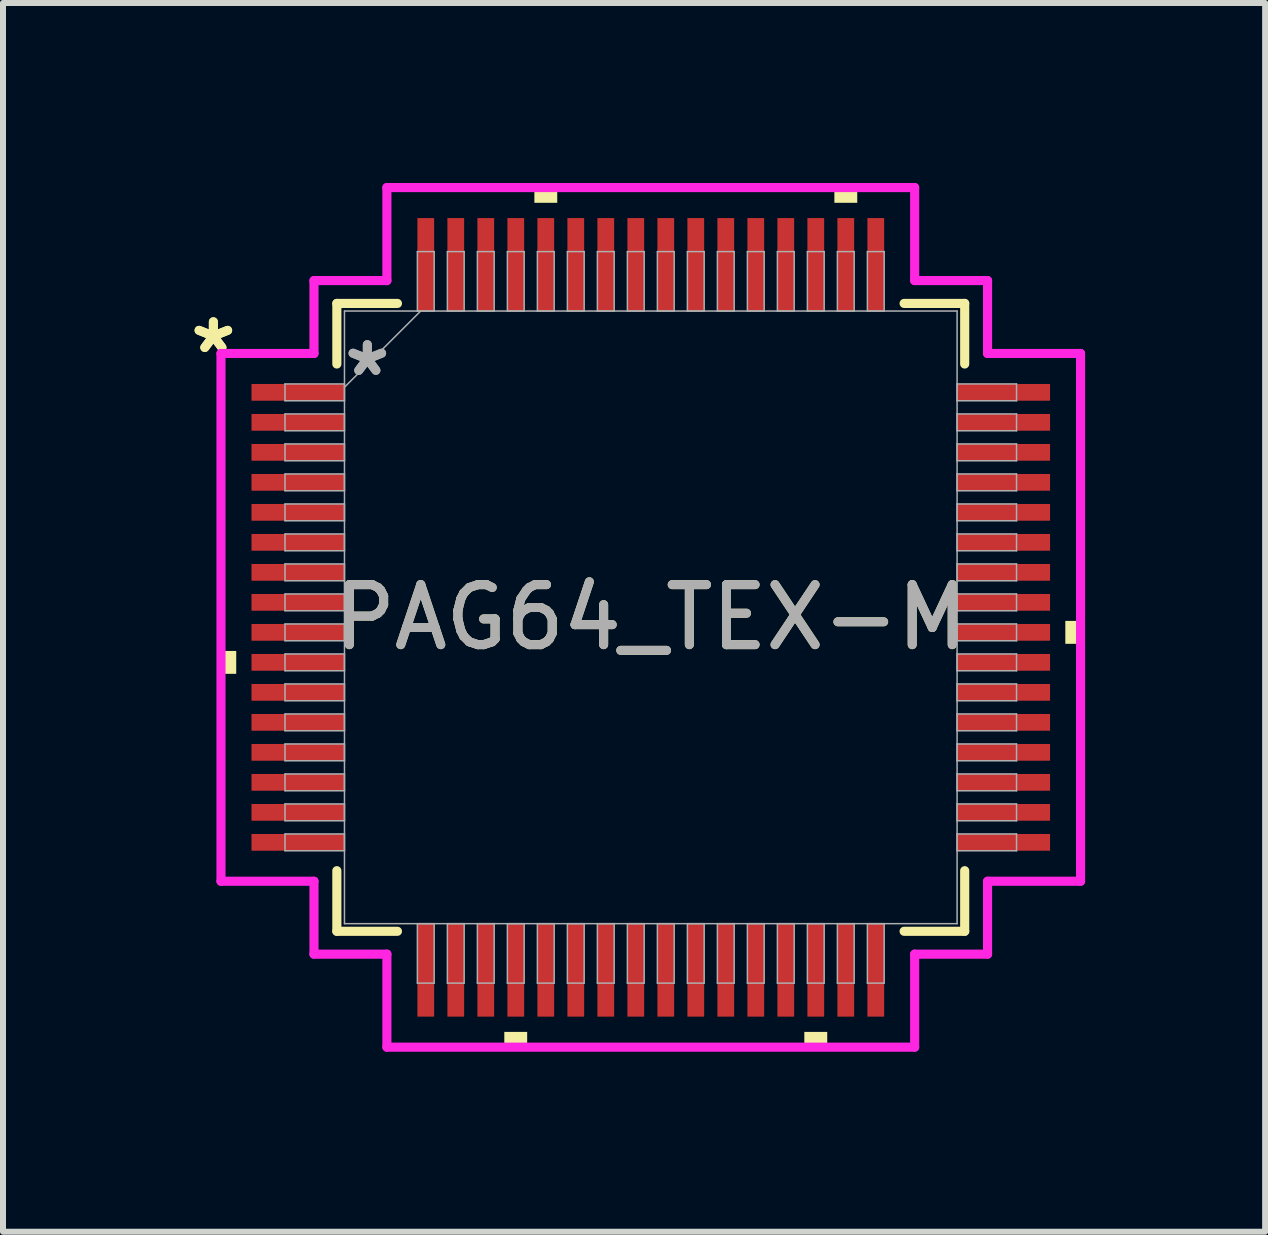
<source format=kicad_pcb>
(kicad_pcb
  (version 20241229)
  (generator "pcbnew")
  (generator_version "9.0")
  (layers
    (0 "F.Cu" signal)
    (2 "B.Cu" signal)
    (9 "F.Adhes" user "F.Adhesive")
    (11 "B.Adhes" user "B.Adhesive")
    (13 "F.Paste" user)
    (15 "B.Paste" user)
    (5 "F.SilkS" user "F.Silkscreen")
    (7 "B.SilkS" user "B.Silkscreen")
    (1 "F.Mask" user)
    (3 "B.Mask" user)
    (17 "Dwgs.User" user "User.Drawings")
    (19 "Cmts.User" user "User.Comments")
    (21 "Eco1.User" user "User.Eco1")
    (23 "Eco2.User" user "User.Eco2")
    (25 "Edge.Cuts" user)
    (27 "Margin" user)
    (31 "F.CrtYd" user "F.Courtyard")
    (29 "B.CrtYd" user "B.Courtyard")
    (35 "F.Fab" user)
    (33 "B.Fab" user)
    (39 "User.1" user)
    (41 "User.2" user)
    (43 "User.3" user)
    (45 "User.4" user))
  (footprint "PAG64_TEX-M"
    (layer "F.Cu")
    (at 7.796 7.239)
    (property "Reference" "PAG64_TEX-M" (at 0 0 0) (unlocked yes) (layer "F.SilkS") (effects (font (size 1 1) (thickness 0.15))))
    (attr smd)
    (fp_line (start -5.232 -5.232) (end -5.232 -4.222) (stroke (width 0.152) (type solid)) (layer "F.SilkS"))
    (fp_line (start -5.232 4.222) (end -5.232 5.232) (stroke (width 0.152) (type solid)) (layer "F.SilkS"))
    (fp_line (start -5.232 5.232) (end -4.222 5.232) (stroke (width 0.152) (type solid)) (layer "F.SilkS"))
    (fp_line (start -4.222 -5.232) (end -5.232 -5.232) (stroke (width 0.152) (type solid)) (layer "F.SilkS"))
    (fp_line (start 4.222 5.232) (end 5.232 5.232) (stroke (width 0.152) (type solid)) (layer "F.SilkS"))
    (fp_line (start 5.232 -5.232) (end 4.222 -5.232) (stroke (width 0.152) (type solid)) (layer "F.SilkS"))
    (fp_line (start 5.232 -4.222) (end 5.232 -5.232) (stroke (width 0.152) (type solid)) (layer "F.SilkS"))
    (fp_line (start 5.232 5.232) (end 5.232 4.222) (stroke (width 0.152) (type solid)) (layer "F.SilkS"))
    (fp_poly (pts (xy -7.163 0.56) (xy -7.163 0.941) (xy -6.909 0.941) (xy -6.909 0.56)) (stroke (width 0) (type solid)) (fill yes) (layer "F.SilkS"))
    (fp_poly (pts (xy -2.441 6.909) (xy -2.441 7.163) (xy -2.06 7.163) (xy -2.06 6.909)) (stroke (width 0) (type solid)) (fill yes) (layer "F.SilkS"))
    (fp_poly (pts (xy -1.94 -6.909) (xy -1.94 -7.163) (xy -1.559 -7.163) (xy -1.559 -6.909)) (stroke (width 0) (type solid)) (fill yes) (layer "F.SilkS"))
    (fp_poly (pts (xy 2.559 6.909) (xy 2.559 7.163) (xy 2.941 7.163) (xy 2.941 6.909)) (stroke (width 0) (type solid)) (fill yes) (layer "F.SilkS"))
    (fp_poly (pts (xy 3.06 -6.909) (xy 3.06 -7.163) (xy 3.441 -7.163) (xy 3.441 -6.909)) (stroke (width 0) (type solid)) (fill yes) (layer "F.SilkS"))
    (fp_poly (pts (xy 7.163 0.059) (xy 7.163 0.441) (xy 6.909 0.441) (xy 6.909 0.059)) (stroke (width 0) (type solid)) (fill yes) (layer "F.SilkS"))
    (fp_line (start -7.163 -4.398) (end -5.613 -4.398) (stroke (width 0.152) (type solid)) (layer "F.CrtYd"))
    (fp_line (start -7.163 4.398) (end -7.163 -4.398) (stroke (width 0.152) (type solid)) (layer "F.CrtYd"))
    (fp_line (start -5.613 -5.613) (end -4.398 -5.613) (stroke (width 0.152) (type solid)) (layer "F.CrtYd"))
    (fp_line (start -5.613 -4.398) (end -5.613 -5.613) (stroke (width 0.152) (type solid)) (layer "F.CrtYd"))
    (fp_line (start -5.613 4.398) (end -7.163 4.398) (stroke (width 0.152) (type solid)) (layer "F.CrtYd"))
    (fp_line (start -5.613 5.613) (end -5.613 4.398) (stroke (width 0.152) (type solid)) (layer "F.CrtYd"))
    (fp_line (start -5.613 5.613) (end -4.398 5.613) (stroke (width 0.152) (type solid)) (layer "F.CrtYd"))
    (fp_line (start -4.398 -7.163) (end 4.398 -7.163) (stroke (width 0.152) (type solid)) (layer "F.CrtYd"))
    (fp_line (start -4.398 -5.613) (end -4.398 -7.163) (stroke (width 0.152) (type solid)) (layer "F.CrtYd"))
    (fp_line (start -4.398 5.613) (end -4.398 7.163) (stroke (width 0.152) (type solid)) (layer "F.CrtYd"))
    (fp_line (start -4.398 7.163) (end 4.398 7.163) (stroke (width 0.152) (type solid)) (layer "F.CrtYd"))
    (fp_line (start 4.398 -7.163) (end 4.398 -5.613) (stroke (width 0.152) (type solid)) (layer "F.CrtYd"))
    (fp_line (start 4.398 -5.613) (end 5.613 -5.613) (stroke (width 0.152) (type solid)) (layer "F.CrtYd"))
    (fp_line (start 4.398 5.613) (end 5.613 5.613) (stroke (width 0.152) (type solid)) (layer "F.CrtYd"))
    (fp_line (start 4.398 7.163) (end 4.398 5.613) (stroke (width 0.152) (type solid)) (layer "F.CrtYd"))
    (fp_line (start 5.613 -4.398) (end 5.613 -5.613) (stroke (width 0.152) (type solid)) (layer "F.CrtYd"))
    (fp_line (start 5.613 4.398) (end 7.163 4.398) (stroke (width 0.152) (type solid)) (layer "F.CrtYd"))
    (fp_line (start 5.613 5.613) (end 5.613 4.398) (stroke (width 0.152) (type solid)) (layer "F.CrtYd"))
    (fp_line (start 7.163 -4.398) (end 5.613 -4.398) (stroke (width 0.152) (type solid)) (layer "F.CrtYd"))
    (fp_line (start 7.163 4.398) (end 7.163 -4.398) (stroke (width 0.152) (type solid)) (layer "F.CrtYd"))
    (fp_line (start -6.096 -3.89) (end -6.096 -3.61) (stroke (width 0.025) (type solid)) (layer "F.Fab"))
    (fp_line (start -6.096 -3.61) (end -5.105 -3.61) (stroke (width 0.025) (type solid)) (layer "F.Fab"))
    (fp_line (start -6.096 -3.39) (end -6.096 -3.11) (stroke (width 0.025) (type solid)) (layer "F.Fab"))
    (fp_line (start -6.096 -3.11) (end -5.105 -3.11) (stroke (width 0.025) (type solid)) (layer "F.Fab"))
    (fp_line (start -6.096 -2.89) (end -6.096 -2.61) (stroke (width 0.025) (type solid)) (layer "F.Fab"))
    (fp_line (start -6.096 -2.61) (end -5.105 -2.61) (stroke (width 0.025) (type solid)) (layer "F.Fab"))
    (fp_line (start -6.096 -2.39) (end -6.096 -2.11) (stroke (width 0.025) (type solid)) (layer "F.Fab"))
    (fp_line (start -6.096 -2.11) (end -5.105 -2.11) (stroke (width 0.025) (type solid)) (layer "F.Fab"))
    (fp_line (start -6.096 -1.89) (end -6.096 -1.61) (stroke (width 0.025) (type solid)) (layer "F.Fab"))
    (fp_line (start -6.096 -1.61) (end -5.105 -1.61) (stroke (width 0.025) (type solid)) (layer "F.Fab"))
    (fp_line (start -6.096 -1.39) (end -6.096 -1.11) (stroke (width 0.025) (type solid)) (layer "F.Fab"))
    (fp_line (start -6.096 -1.11) (end -5.105 -1.11) (stroke (width 0.025) (type solid)) (layer "F.Fab"))
    (fp_line (start -6.096 -0.89) (end -6.096 -0.61) (stroke (width 0.025) (type solid)) (layer "F.Fab"))
    (fp_line (start -6.096 -0.61) (end -5.105 -0.61) (stroke (width 0.025) (type solid)) (layer "F.Fab"))
    (fp_line (start -6.096 -0.39) (end -6.096 -0.11) (stroke (width 0.025) (type solid)) (layer "F.Fab"))
    (fp_line (start -6.096 -0.11) (end -5.105 -0.11) (stroke (width 0.025) (type solid)) (layer "F.Fab"))
    (fp_line (start -6.096 0.11) (end -6.096 0.39) (stroke (width 0.025) (type solid)) (layer "F.Fab"))
    (fp_line (start -6.096 0.39) (end -5.105 0.39) (stroke (width 0.025) (type solid)) (layer "F.Fab"))
    (fp_line (start -6.096 0.61) (end -6.096 0.89) (stroke (width 0.025) (type solid)) (layer "F.Fab"))
    (fp_line (start -6.096 0.89) (end -5.105 0.89) (stroke (width 0.025) (type solid)) (layer "F.Fab"))
    (fp_line (start -6.096 1.11) (end -6.096 1.39) (stroke (width 0.025) (type solid)) (layer "F.Fab"))
    (fp_line (start -6.096 1.39) (end -5.105 1.39) (stroke (width 0.025) (type solid)) (layer "F.Fab"))
    (fp_line (start -6.096 1.61) (end -6.096 1.89) (stroke (width 0.025) (type solid)) (layer "F.Fab"))
    (fp_line (start -6.096 1.89) (end -5.105 1.89) (stroke (width 0.025) (type solid)) (layer "F.Fab"))
    (fp_line (start -6.096 2.11) (end -6.096 2.39) (stroke (width 0.025) (type solid)) (layer "F.Fab"))
    (fp_line (start -6.096 2.39) (end -5.105 2.39) (stroke (width 0.025) (type solid)) (layer "F.Fab"))
    (fp_line (start -6.096 2.61) (end -6.096 2.89) (stroke (width 0.025) (type solid)) (layer "F.Fab"))
    (fp_line (start -6.096 2.89) (end -5.105 2.89) (stroke (width 0.025) (type solid)) (layer "F.Fab"))
    (fp_line (start -6.096 3.11) (end -6.096 3.39) (stroke (width 0.025) (type solid)) (layer "F.Fab"))
    (fp_line (start -6.096 3.39) (end -5.105 3.39) (stroke (width 0.025) (type solid)) (layer "F.Fab"))
    (fp_line (start -6.096 3.61) (end -6.096 3.89) (stroke (width 0.025) (type solid)) (layer "F.Fab"))
    (fp_line (start -6.096 3.89) (end -5.105 3.89) (stroke (width 0.025) (type solid)) (layer "F.Fab"))
    (fp_line (start -5.105 -5.105) (end -5.105 5.105) (stroke (width 0.025) (type solid)) (layer "F.Fab"))
    (fp_line (start -5.105 -3.89) (end -6.096 -3.89) (stroke (width 0.025) (type solid)) (layer "F.Fab"))
    (fp_line (start -5.105 -3.835) (end -3.835 -5.105) (stroke (width 0.025) (type solid)) (layer "F.Fab"))
    (fp_line (start -5.105 -3.61) (end -5.105 -3.89) (stroke (width 0.025) (type solid)) (layer "F.Fab"))
    (fp_line (start -5.105 -3.39) (end -6.096 -3.39) (stroke (width 0.025) (type solid)) (layer "F.Fab"))
    (fp_line (start -5.105 -3.11) (end -5.105 -3.39) (stroke (width 0.025) (type solid)) (layer "F.Fab"))
    (fp_line (start -5.105 -2.89) (end -6.096 -2.89) (stroke (width 0.025) (type solid)) (layer "F.Fab"))
    (fp_line (start -5.105 -2.61) (end -5.105 -2.89) (stroke (width 0.025) (type solid)) (layer "F.Fab"))
    (fp_line (start -5.105 -2.39) (end -6.096 -2.39) (stroke (width 0.025) (type solid)) (layer "F.Fab"))
    (fp_line (start -5.105 -2.11) (end -5.105 -2.39) (stroke (width 0.025) (type solid)) (layer "F.Fab"))
    (fp_line (start -5.105 -1.89) (end -6.096 -1.89) (stroke (width 0.025) (type solid)) (layer "F.Fab"))
    (fp_line (start -5.105 -1.61) (end -5.105 -1.89) (stroke (width 0.025) (type solid)) (layer "F.Fab"))
    (fp_line (start -5.105 -1.39) (end -6.096 -1.39) (stroke (width 0.025) (type solid)) (layer "F.Fab"))
    (fp_line (start -5.105 -1.11) (end -5.105 -1.39) (stroke (width 0.025) (type solid)) (layer "F.Fab"))
    (fp_line (start -5.105 -0.89) (end -6.096 -0.89) (stroke (width 0.025) (type solid)) (layer "F.Fab"))
    (fp_line (start -5.105 -0.61) (end -5.105 -0.89) (stroke (width 0.025) (type solid)) (layer "F.Fab"))
    (fp_line (start -5.105 -0.39) (end -6.096 -0.39) (stroke (width 0.025) (type solid)) (layer "F.Fab"))
    (fp_line (start -5.105 -0.11) (end -5.105 -0.39) (stroke (width 0.025) (type solid)) (layer "F.Fab"))
    (fp_line (start -5.105 0.11) (end -6.096 0.11) (stroke (width 0.025) (type solid)) (layer "F.Fab"))
    (fp_line (start -5.105 0.39) (end -5.105 0.11) (stroke (width 0.025) (type solid)) (layer "F.Fab"))
    (fp_line (start -5.105 0.61) (end -6.096 0.61) (stroke (width 0.025) (type solid)) (layer "F.Fab"))
    (fp_line (start -5.105 0.89) (end -5.105 0.61) (stroke (width 0.025) (type solid)) (layer "F.Fab"))
    (fp_line (start -5.105 1.11) (end -6.096 1.11) (stroke (width 0.025) (type solid)) (layer "F.Fab"))
    (fp_line (start -5.105 1.39) (end -5.105 1.11) (stroke (width 0.025) (type solid)) (layer "F.Fab"))
    (fp_line (start -5.105 1.61) (end -6.096 1.61) (stroke (width 0.025) (type solid)) (layer "F.Fab"))
    (fp_line (start -5.105 1.89) (end -5.105 1.61) (stroke (width 0.025) (type solid)) (layer "F.Fab"))
    (fp_line (start -5.105 2.11) (end -6.096 2.11) (stroke (width 0.025) (type solid)) (layer "F.Fab"))
    (fp_line (start -5.105 2.39) (end -5.105 2.11) (stroke (width 0.025) (type solid)) (layer "F.Fab"))
    (fp_line (start -5.105 2.61) (end -6.096 2.61) (stroke (width 0.025) (type solid)) (layer "F.Fab"))
    (fp_line (start -5.105 2.89) (end -5.105 2.61) (stroke (width 0.025) (type solid)) (layer "F.Fab"))
    (fp_line (start -5.105 3.11) (end -6.096 3.11) (stroke (width 0.025) (type solid)) (layer "F.Fab"))
    (fp_line (start -5.105 3.39) (end -5.105 3.11) (stroke (width 0.025) (type solid)) (layer "F.Fab"))
    (fp_line (start -5.105 3.61) (end -6.096 3.61) (stroke (width 0.025) (type solid)) (layer "F.Fab"))
    (fp_line (start -5.105 3.89) (end -5.105 3.61) (stroke (width 0.025) (type solid)) (layer "F.Fab"))
    (fp_line (start -5.105 5.105) (end 5.105 5.105) (stroke (width 0.025) (type solid)) (layer "F.Fab"))
    (fp_line (start -3.89 -6.096) (end -3.89 -5.105) (stroke (width 0.025) (type solid)) (layer "F.Fab"))
    (fp_line (start -3.89 -5.105) (end -3.61 -5.105) (stroke (width 0.025) (type solid)) (layer "F.Fab"))
    (fp_line (start -3.89 5.105) (end -3.89 6.096) (stroke (width 0.025) (type solid)) (layer "F.Fab"))
    (fp_line (start -3.89 6.096) (end -3.61 6.096) (stroke (width 0.025) (type solid)) (layer "F.Fab"))
    (fp_line (start -3.61 -6.096) (end -3.89 -6.096) (stroke (width 0.025) (type solid)) (layer "F.Fab"))
    (fp_line (start -3.61 -5.105) (end -3.61 -6.096) (stroke (width 0.025) (type solid)) (layer "F.Fab"))
    (fp_line (start -3.61 5.105) (end -3.89 5.105) (stroke (width 0.025) (type solid)) (layer "F.Fab"))
    (fp_line (start -3.61 6.096) (end -3.61 5.105) (stroke (width 0.025) (type solid)) (layer "F.Fab"))
    (fp_line (start -3.39 -6.096) (end -3.39 -5.105) (stroke (width 0.025) (type solid)) (layer "F.Fab"))
    (fp_line (start -3.39 -5.105) (end -3.11 -5.105) (stroke (width 0.025) (type solid)) (layer "F.Fab"))
    (fp_line (start -3.39 5.105) (end -3.39 6.096) (stroke (width 0.025) (type solid)) (layer "F.Fab"))
    (fp_line (start -3.39 6.096) (end -3.11 6.096) (stroke (width 0.025) (type solid)) (layer "F.Fab"))
    (fp_line (start -3.11 -6.096) (end -3.39 -6.096) (stroke (width 0.025) (type solid)) (layer "F.Fab"))
    (fp_line (start -3.11 -5.105) (end -3.11 -6.096) (stroke (width 0.025) (type solid)) (layer "F.Fab"))
    (fp_line (start -3.11 5.105) (end -3.39 5.105) (stroke (width 0.025) (type solid)) (layer "F.Fab"))
    (fp_line (start -3.11 6.096) (end -3.11 5.105) (stroke (width 0.025) (type solid)) (layer "F.Fab"))
    (fp_line (start -2.89 -6.096) (end -2.89 -5.105) (stroke (width 0.025) (type solid)) (layer "F.Fab"))
    (fp_line (start -2.89 -5.105) (end -2.61 -5.105) (stroke (width 0.025) (type solid)) (layer "F.Fab"))
    (fp_line (start -2.89 5.105) (end -2.89 6.096) (stroke (width 0.025) (type solid)) (layer "F.Fab"))
    (fp_line (start -2.89 6.096) (end -2.61 6.096) (stroke (width 0.025) (type solid)) (layer "F.Fab"))
    (fp_line (start -2.61 -6.096) (end -2.89 -6.096) (stroke (width 0.025) (type solid)) (layer "F.Fab"))
    (fp_line (start -2.61 -5.105) (end -2.61 -6.096) (stroke (width 0.025) (type solid)) (layer "F.Fab"))
    (fp_line (start -2.61 5.105) (end -2.89 5.105) (stroke (width 0.025) (type solid)) (layer "F.Fab"))
    (fp_line (start -2.61 6.096) (end -2.61 5.105) (stroke (width 0.025) (type solid)) (layer "F.Fab"))
    (fp_line (start -2.39 -6.096) (end -2.39 -5.105) (stroke (width 0.025) (type solid)) (layer "F.Fab"))
    (fp_line (start -2.39 -5.105) (end -2.11 -5.105) (stroke (width 0.025) (type solid)) (layer "F.Fab"))
    (fp_line (start -2.39 5.105) (end -2.39 6.096) (stroke (width 0.025) (type solid)) (layer "F.Fab"))
    (fp_line (start -2.39 6.096) (end -2.11 6.096) (stroke (width 0.025) (type solid)) (layer "F.Fab"))
    (fp_line (start -2.11 -6.096) (end -2.39 -6.096) (stroke (width 0.025) (type solid)) (layer "F.Fab"))
    (fp_line (start -2.11 -5.105) (end -2.11 -6.096) (stroke (width 0.025) (type solid)) (layer "F.Fab"))
    (fp_line (start -2.11 5.105) (end -2.39 5.105) (stroke (width 0.025) (type solid)) (layer "F.Fab"))
    (fp_line (start -2.11 6.096) (end -2.11 5.105) (stroke (width 0.025) (type solid)) (layer "F.Fab"))
    (fp_line (start -1.89 -6.096) (end -1.89 -5.105) (stroke (width 0.025) (type solid)) (layer "F.Fab"))
    (fp_line (start -1.89 -5.105) (end -1.61 -5.105) (stroke (width 0.025) (type solid)) (layer "F.Fab"))
    (fp_line (start -1.89 5.105) (end -1.89 6.096) (stroke (width 0.025) (type solid)) (layer "F.Fab"))
    (fp_line (start -1.89 6.096) (end -1.61 6.096) (stroke (width 0.025) (type solid)) (layer "F.Fab"))
    (fp_line (start -1.61 -6.096) (end -1.89 -6.096) (stroke (width 0.025) (type solid)) (layer "F.Fab"))
    (fp_line (start -1.61 -5.105) (end -1.61 -6.096) (stroke (width 0.025) (type solid)) (layer "F.Fab"))
    (fp_line (start -1.61 5.105) (end -1.89 5.105) (stroke (width 0.025) (type solid)) (layer "F.Fab"))
    (fp_line (start -1.61 6.096) (end -1.61 5.105) (stroke (width 0.025) (type solid)) (layer "F.Fab"))
    (fp_line (start -1.39 -6.096) (end -1.39 -5.105) (stroke (width 0.025) (type solid)) (layer "F.Fab"))
    (fp_line (start -1.39 -5.105) (end -1.11 -5.105) (stroke (width 0.025) (type solid)) (layer "F.Fab"))
    (fp_line (start -1.39 5.105) (end -1.39 6.096) (stroke (width 0.025) (type solid)) (layer "F.Fab"))
    (fp_line (start -1.39 6.096) (end -1.11 6.096) (stroke (width 0.025) (type solid)) (layer "F.Fab"))
    (fp_line (start -1.11 -6.096) (end -1.39 -6.096) (stroke (width 0.025) (type solid)) (layer "F.Fab"))
    (fp_line (start -1.11 -5.105) (end -1.11 -6.096) (stroke (width 0.025) (type solid)) (layer "F.Fab"))
    (fp_line (start -1.11 5.105) (end -1.39 5.105) (stroke (width 0.025) (type solid)) (layer "F.Fab"))
    (fp_line (start -1.11 6.096) (end -1.11 5.105) (stroke (width 0.025) (type solid)) (layer "F.Fab"))
    (fp_line (start -0.89 -6.096) (end -0.89 -5.105) (stroke (width 0.025) (type solid)) (layer "F.Fab"))
    (fp_line (start -0.89 -5.105) (end -0.61 -5.105) (stroke (width 0.025) (type solid)) (layer "F.Fab"))
    (fp_line (start -0.89 5.105) (end -0.89 6.096) (stroke (width 0.025) (type solid)) (layer "F.Fab"))
    (fp_line (start -0.89 6.096) (end -0.61 6.096) (stroke (width 0.025) (type solid)) (layer "F.Fab"))
    (fp_line (start -0.61 -6.096) (end -0.89 -6.096) (stroke (width 0.025) (type solid)) (layer "F.Fab"))
    (fp_line (start -0.61 -5.105) (end -0.61 -6.096) (stroke (width 0.025) (type solid)) (layer "F.Fab"))
    (fp_line (start -0.61 5.105) (end -0.89 5.105) (stroke (width 0.025) (type solid)) (layer "F.Fab"))
    (fp_line (start -0.61 6.096) (end -0.61 5.105) (stroke (width 0.025) (type solid)) (layer "F.Fab"))
    (fp_line (start -0.39 -6.096) (end -0.39 -5.105) (stroke (width 0.025) (type solid)) (layer "F.Fab"))
    (fp_line (start -0.39 -5.105) (end -0.11 -5.105) (stroke (width 0.025) (type solid)) (layer "F.Fab"))
    (fp_line (start -0.39 5.105) (end -0.39 6.096) (stroke (width 0.025) (type solid)) (layer "F.Fab"))
    (fp_line (start -0.39 6.096) (end -0.11 6.096) (stroke (width 0.025) (type solid)) (layer "F.Fab"))
    (fp_line (start -0.11 -6.096) (end -0.39 -6.096) (stroke (width 0.025) (type solid)) (layer "F.Fab"))
    (fp_line (start -0.11 -5.105) (end -0.11 -6.096) (stroke (width 0.025) (type solid)) (layer "F.Fab"))
    (fp_line (start -0.11 5.105) (end -0.39 5.105) (stroke (width 0.025) (type solid)) (layer "F.Fab"))
    (fp_line (start -0.11 6.096) (end -0.11 5.105) (stroke (width 0.025) (type solid)) (layer "F.Fab"))
    (fp_line (start 0.11 -6.096) (end 0.11 -5.105) (stroke (width 0.025) (type solid)) (layer "F.Fab"))
    (fp_line (start 0.11 -5.105) (end 0.39 -5.105) (stroke (width 0.025) (type solid)) (layer "F.Fab"))
    (fp_line (start 0.11 5.105) (end 0.11 6.096) (stroke (width 0.025) (type solid)) (layer "F.Fab"))
    (fp_line (start 0.11 6.096) (end 0.39 6.096) (stroke (width 0.025) (type solid)) (layer "F.Fab"))
    (fp_line (start 0.39 -6.096) (end 0.11 -6.096) (stroke (width 0.025) (type solid)) (layer "F.Fab"))
    (fp_line (start 0.39 -5.105) (end 0.39 -6.096) (stroke (width 0.025) (type solid)) (layer "F.Fab"))
    (fp_line (start 0.39 5.105) (end 0.11 5.105) (stroke (width 0.025) (type solid)) (layer "F.Fab"))
    (fp_line (start 0.39 6.096) (end 0.39 5.105) (stroke (width 0.025) (type solid)) (layer "F.Fab"))
    (fp_line (start 0.61 -6.096) (end 0.61 -5.105) (stroke (width 0.025) (type solid)) (layer "F.Fab"))
    (fp_line (start 0.61 -5.105) (end 0.89 -5.105) (stroke (width 0.025) (type solid)) (layer "F.Fab"))
    (fp_line (start 0.61 5.105) (end 0.61 6.096) (stroke (width 0.025) (type solid)) (layer "F.Fab"))
    (fp_line (start 0.61 6.096) (end 0.89 6.096) (stroke (width 0.025) (type solid)) (layer "F.Fab"))
    (fp_line (start 0.89 -6.096) (end 0.61 -6.096) (stroke (width 0.025) (type solid)) (layer "F.Fab"))
    (fp_line (start 0.89 -5.105) (end 0.89 -6.096) (stroke (width 0.025) (type solid)) (layer "F.Fab"))
    (fp_line (start 0.89 5.105) (end 0.61 5.105) (stroke (width 0.025) (type solid)) (layer "F.Fab"))
    (fp_line (start 0.89 6.096) (end 0.89 5.105) (stroke (width 0.025) (type solid)) (layer "F.Fab"))
    (fp_line (start 1.11 -6.096) (end 1.11 -5.105) (stroke (width 0.025) (type solid)) (layer "F.Fab"))
    (fp_line (start 1.11 -5.105) (end 1.39 -5.105) (stroke (width 0.025) (type solid)) (layer "F.Fab"))
    (fp_line (start 1.11 5.105) (end 1.11 6.096) (stroke (width 0.025) (type solid)) (layer "F.Fab"))
    (fp_line (start 1.11 6.096) (end 1.39 6.096) (stroke (width 0.025) (type solid)) (layer "F.Fab"))
    (fp_line (start 1.39 -6.096) (end 1.11 -6.096) (stroke (width 0.025) (type solid)) (layer "F.Fab"))
    (fp_line (start 1.39 -5.105) (end 1.39 -6.096) (stroke (width 0.025) (type solid)) (layer "F.Fab"))
    (fp_line (start 1.39 5.105) (end 1.11 5.105) (stroke (width 0.025) (type solid)) (layer "F.Fab"))
    (fp_line (start 1.39 6.096) (end 1.39 5.105) (stroke (width 0.025) (type solid)) (layer "F.Fab"))
    (fp_line (start 1.61 -6.096) (end 1.61 -5.105) (stroke (width 0.025) (type solid)) (layer "F.Fab"))
    (fp_line (start 1.61 -5.105) (end 1.89 -5.105) (stroke (width 0.025) (type solid)) (layer "F.Fab"))
    (fp_line (start 1.61 5.105) (end 1.61 6.096) (stroke (width 0.025) (type solid)) (layer "F.Fab"))
    (fp_line (start 1.61 6.096) (end 1.89 6.096) (stroke (width 0.025) (type solid)) (layer "F.Fab"))
    (fp_line (start 1.89 -6.096) (end 1.61 -6.096) (stroke (width 0.025) (type solid)) (layer "F.Fab"))
    (fp_line (start 1.89 -5.105) (end 1.89 -6.096) (stroke (width 0.025) (type solid)) (layer "F.Fab"))
    (fp_line (start 1.89 5.105) (end 1.61 5.105) (stroke (width 0.025) (type solid)) (layer "F.Fab"))
    (fp_line (start 1.89 6.096) (end 1.89 5.105) (stroke (width 0.025) (type solid)) (layer "F.Fab"))
    (fp_line (start 2.11 -6.096) (end 2.11 -5.105) (stroke (width 0.025) (type solid)) (layer "F.Fab"))
    (fp_line (start 2.11 -5.105) (end 2.39 -5.105) (stroke (width 0.025) (type solid)) (layer "F.Fab"))
    (fp_line (start 2.11 5.105) (end 2.11 6.096) (stroke (width 0.025) (type solid)) (layer "F.Fab"))
    (fp_line (start 2.11 6.096) (end 2.39 6.096) (stroke (width 0.025) (type solid)) (layer "F.Fab"))
    (fp_line (start 2.39 -6.096) (end 2.11 -6.096) (stroke (width 0.025) (type solid)) (layer "F.Fab"))
    (fp_line (start 2.39 -5.105) (end 2.39 -6.096) (stroke (width 0.025) (type solid)) (layer "F.Fab"))
    (fp_line (start 2.39 5.105) (end 2.11 5.105) (stroke (width 0.025) (type solid)) (layer "F.Fab"))
    (fp_line (start 2.39 6.096) (end 2.39 5.105) (stroke (width 0.025) (type solid)) (layer "F.Fab"))
    (fp_line (start 2.61 -6.096) (end 2.61 -5.105) (stroke (width 0.025) (type solid)) (layer "F.Fab"))
    (fp_line (start 2.61 -5.105) (end 2.89 -5.105) (stroke (width 0.025) (type solid)) (layer "F.Fab"))
    (fp_line (start 2.61 5.105) (end 2.61 6.096) (stroke (width 0.025) (type solid)) (layer "F.Fab"))
    (fp_line (start 2.61 6.096) (end 2.89 6.096) (stroke (width 0.025) (type solid)) (layer "F.Fab"))
    (fp_line (start 2.89 -6.096) (end 2.61 -6.096) (stroke (width 0.025) (type solid)) (layer "F.Fab"))
    (fp_line (start 2.89 -5.105) (end 2.89 -6.096) (stroke (width 0.025) (type solid)) (layer "F.Fab"))
    (fp_line (start 2.89 5.105) (end 2.61 5.105) (stroke (width 0.025) (type solid)) (layer "F.Fab"))
    (fp_line (start 2.89 6.096) (end 2.89 5.105) (stroke (width 0.025) (type solid)) (layer "F.Fab"))
    (fp_line (start 3.11 -6.096) (end 3.11 -5.105) (stroke (width 0.025) (type solid)) (layer "F.Fab"))
    (fp_line (start 3.11 -5.105) (end 3.39 -5.105) (stroke (width 0.025) (type solid)) (layer "F.Fab"))
    (fp_line (start 3.11 5.105) (end 3.11 6.096) (stroke (width 0.025) (type solid)) (layer "F.Fab"))
    (fp_line (start 3.11 6.096) (end 3.39 6.096) (stroke (width 0.025) (type solid)) (layer "F.Fab"))
    (fp_line (start 3.39 -6.096) (end 3.11 -6.096) (stroke (width 0.025) (type solid)) (layer "F.Fab"))
    (fp_line (start 3.39 -5.105) (end 3.39 -6.096) (stroke (width 0.025) (type solid)) (layer "F.Fab"))
    (fp_line (start 3.39 5.105) (end 3.11 5.105) (stroke (width 0.025) (type solid)) (layer "F.Fab"))
    (fp_line (start 3.39 6.096) (end 3.39 5.105) (stroke (width 0.025) (type solid)) (layer "F.Fab"))
    (fp_line (start 3.61 -6.096) (end 3.61 -5.105) (stroke (width 0.025) (type solid)) (layer "F.Fab"))
    (fp_line (start 3.61 -5.105) (end 3.89 -5.105) (stroke (width 0.025) (type solid)) (layer "F.Fab"))
    (fp_line (start 3.61 5.105) (end 3.61 6.096) (stroke (width 0.025) (type solid)) (layer "F.Fab"))
    (fp_line (start 3.61 6.096) (end 3.89 6.096) (stroke (width 0.025) (type solid)) (layer "F.Fab"))
    (fp_line (start 3.89 -6.096) (end 3.61 -6.096) (stroke (width 0.025) (type solid)) (layer "F.Fab"))
    (fp_line (start 3.89 -5.105) (end 3.89 -6.096) (stroke (width 0.025) (type solid)) (layer "F.Fab"))
    (fp_line (start 3.89 5.105) (end 3.61 5.105) (stroke (width 0.025) (type solid)) (layer "F.Fab"))
    (fp_line (start 3.89 6.096) (end 3.89 5.105) (stroke (width 0.025) (type solid)) (layer "F.Fab"))
    (fp_line (start 5.105 -5.105) (end -5.105 -5.105) (stroke (width 0.025) (type solid)) (layer "F.Fab"))
    (fp_line (start 5.105 -3.89) (end 5.105 -3.61) (stroke (width 0.025) (type solid)) (layer "F.Fab"))
    (fp_line (start 5.105 -3.61) (end 6.096 -3.61) (stroke (width 0.025) (type solid)) (layer "F.Fab"))
    (fp_line (start 5.105 -3.39) (end 5.105 -3.11) (stroke (width 0.025) (type solid)) (layer "F.Fab"))
    (fp_line (start 5.105 -3.11) (end 6.096 -3.11) (stroke (width 0.025) (type solid)) (layer "F.Fab"))
    (fp_line (start 5.105 -2.89) (end 5.105 -2.61) (stroke (width 0.025) (type solid)) (layer "F.Fab"))
    (fp_line (start 5.105 -2.61) (end 6.096 -2.61) (stroke (width 0.025) (type solid)) (layer "F.Fab"))
    (fp_line (start 5.105 -2.39) (end 5.105 -2.11) (stroke (width 0.025) (type solid)) (layer "F.Fab"))
    (fp_line (start 5.105 -2.11) (end 6.096 -2.11) (stroke (width 0.025) (type solid)) (layer "F.Fab"))
    (fp_line (start 5.105 -1.89) (end 5.105 -1.61) (stroke (width 0.025) (type solid)) (layer "F.Fab"))
    (fp_line (start 5.105 -1.61) (end 6.096 -1.61) (stroke (width 0.025) (type solid)) (layer "F.Fab"))
    (fp_line (start 5.105 -1.39) (end 5.105 -1.11) (stroke (width 0.025) (type solid)) (layer "F.Fab"))
    (fp_line (start 5.105 -1.11) (end 6.096 -1.11) (stroke (width 0.025) (type solid)) (layer "F.Fab"))
    (fp_line (start 5.105 -0.89) (end 5.105 -0.61) (stroke (width 0.025) (type solid)) (layer "F.Fab"))
    (fp_line (start 5.105 -0.61) (end 6.096 -0.61) (stroke (width 0.025) (type solid)) (layer "F.Fab"))
    (fp_line (start 5.105 -0.39) (end 5.105 -0.11) (stroke (width 0.025) (type solid)) (layer "F.Fab"))
    (fp_line (start 5.105 -0.11) (end 6.096 -0.11) (stroke (width 0.025) (type solid)) (layer "F.Fab"))
    (fp_line (start 5.105 0.11) (end 5.105 0.39) (stroke (width 0.025) (type solid)) (layer "F.Fab"))
    (fp_line (start 5.105 0.39) (end 6.096 0.39) (stroke (width 0.025) (type solid)) (layer "F.Fab"))
    (fp_line (start 5.105 0.61) (end 5.105 0.89) (stroke (width 0.025) (type solid)) (layer "F.Fab"))
    (fp_line (start 5.105 0.89) (end 6.096 0.89) (stroke (width 0.025) (type solid)) (layer "F.Fab"))
    (fp_line (start 5.105 1.11) (end 5.105 1.39) (stroke (width 0.025) (type solid)) (layer "F.Fab"))
    (fp_line (start 5.105 1.39) (end 6.096 1.39) (stroke (width 0.025) (type solid)) (layer "F.Fab"))
    (fp_line (start 5.105 1.61) (end 5.105 1.89) (stroke (width 0.025) (type solid)) (layer "F.Fab"))
    (fp_line (start 5.105 1.89) (end 6.096 1.89) (stroke (width 0.025) (type solid)) (layer "F.Fab"))
    (fp_line (start 5.105 2.11) (end 5.105 2.39) (stroke (width 0.025) (type solid)) (layer "F.Fab"))
    (fp_line (start 5.105 2.39) (end 6.096 2.39) (stroke (width 0.025) (type solid)) (layer "F.Fab"))
    (fp_line (start 5.105 2.61) (end 5.105 2.89) (stroke (width 0.025) (type solid)) (layer "F.Fab"))
    (fp_line (start 5.105 2.89) (end 6.096 2.89) (stroke (width 0.025) (type solid)) (layer "F.Fab"))
    (fp_line (start 5.105 3.11) (end 5.105 3.39) (stroke (width 0.025) (type solid)) (layer "F.Fab"))
    (fp_line (start 5.105 3.39) (end 6.096 3.39) (stroke (width 0.025) (type solid)) (layer "F.Fab"))
    (fp_line (start 5.105 3.61) (end 5.105 3.89) (stroke (width 0.025) (type solid)) (layer "F.Fab"))
    (fp_line (start 5.105 3.89) (end 6.096 3.89) (stroke (width 0.025) (type solid)) (layer "F.Fab"))
    (fp_line (start 5.105 5.105) (end 5.105 -5.105) (stroke (width 0.025) (type solid)) (layer "F.Fab"))
    (fp_line (start 6.096 -3.89) (end 5.105 -3.89) (stroke (width 0.025) (type solid)) (layer "F.Fab"))
    (fp_line (start 6.096 -3.61) (end 6.096 -3.89) (stroke (width 0.025) (type solid)) (layer "F.Fab"))
    (fp_line (start 6.096 -3.39) (end 5.105 -3.39) (stroke (width 0.025) (type solid)) (layer "F.Fab"))
    (fp_line (start 6.096 -3.11) (end 6.096 -3.39) (stroke (width 0.025) (type solid)) (layer "F.Fab"))
    (fp_line (start 6.096 -2.89) (end 5.105 -2.89) (stroke (width 0.025) (type solid)) (layer "F.Fab"))
    (fp_line (start 6.096 -2.61) (end 6.096 -2.89) (stroke (width 0.025) (type solid)) (layer "F.Fab"))
    (fp_line (start 6.096 -2.39) (end 5.105 -2.39) (stroke (width 0.025) (type solid)) (layer "F.Fab"))
    (fp_line (start 6.096 -2.11) (end 6.096 -2.39) (stroke (width 0.025) (type solid)) (layer "F.Fab"))
    (fp_line (start 6.096 -1.89) (end 5.105 -1.89) (stroke (width 0.025) (type solid)) (layer "F.Fab"))
    (fp_line (start 6.096 -1.61) (end 6.096 -1.89) (stroke (width 0.025) (type solid)) (layer "F.Fab"))
    (fp_line (start 6.096 -1.39) (end 5.105 -1.39) (stroke (width 0.025) (type solid)) (layer "F.Fab"))
    (fp_line (start 6.096 -1.11) (end 6.096 -1.39) (stroke (width 0.025) (type solid)) (layer "F.Fab"))
    (fp_line (start 6.096 -0.89) (end 5.105 -0.89) (stroke (width 0.025) (type solid)) (layer "F.Fab"))
    (fp_line (start 6.096 -0.61) (end 6.096 -0.89) (stroke (width 0.025) (type solid)) (layer "F.Fab"))
    (fp_line (start 6.096 -0.39) (end 5.105 -0.39) (stroke (width 0.025) (type solid)) (layer "F.Fab"))
    (fp_line (start 6.096 -0.11) (end 6.096 -0.39) (stroke (width 0.025) (type solid)) (layer "F.Fab"))
    (fp_line (start 6.096 0.11) (end 5.105 0.11) (stroke (width 0.025) (type solid)) (layer "F.Fab"))
    (fp_line (start 6.096 0.39) (end 6.096 0.11) (stroke (width 0.025) (type solid)) (layer "F.Fab"))
    (fp_line (start 6.096 0.61) (end 5.105 0.61) (stroke (width 0.025) (type solid)) (layer "F.Fab"))
    (fp_line (start 6.096 0.89) (end 6.096 0.61) (stroke (width 0.025) (type solid)) (layer "F.Fab"))
    (fp_line (start 6.096 1.11) (end 5.105 1.11) (stroke (width 0.025) (type solid)) (layer "F.Fab"))
    (fp_line (start 6.096 1.39) (end 6.096 1.11) (stroke (width 0.025) (type solid)) (layer "F.Fab"))
    (fp_line (start 6.096 1.61) (end 5.105 1.61) (stroke (width 0.025) (type solid)) (layer "F.Fab"))
    (fp_line (start 6.096 1.89) (end 6.096 1.61) (stroke (width 0.025) (type solid)) (layer "F.Fab"))
    (fp_line (start 6.096 2.11) (end 5.105 2.11) (stroke (width 0.025) (type solid)) (layer "F.Fab"))
    (fp_line (start 6.096 2.39) (end 6.096 2.11) (stroke (width 0.025) (type solid)) (layer "F.Fab"))
    (fp_line (start 6.096 2.61) (end 5.105 2.61) (stroke (width 0.025) (type solid)) (layer "F.Fab"))
    (fp_line (start 6.096 2.89) (end 6.096 2.61) (stroke (width 0.025) (type solid)) (layer "F.Fab"))
    (fp_line (start 6.096 3.11) (end 5.105 3.11) (stroke (width 0.025) (type solid)) (layer "F.Fab"))
    (fp_line (start 6.096 3.39) (end 6.096 3.11) (stroke (width 0.025) (type solid)) (layer "F.Fab"))
    (fp_line (start 6.096 3.61) (end 5.105 3.61) (stroke (width 0.025) (type solid)) (layer "F.Fab"))
    (fp_line (start 6.096 3.89) (end 6.096 3.61) (stroke (width 0.025) (type solid)) (layer "F.Fab"))
    (fp_text user "*" (at -7.29 -4.381 0) (unlocked yes) (layer "F.SilkS") (effects (font (size 1 1) (thickness 0.15))))
    (fp_text user "*" (at -7.29 -4.381 0) (layer "F.SilkS") (effects (font (size 1 1) (thickness 0.15))))
    (fp_text user "*" (at -4.724 -4 0) (unlocked yes) (layer "F.Fab") (effects (font (size 1 1) (thickness 0.15))))
    (fp_text user "*" (at -4.724 -4 0) (layer "F.Fab") (effects (font (size 1 1) (thickness 0.15))))
    (fp_text user "${REFERENCE}" (at 0 0 0) (unlocked yes) (layer "F.Fab") (effects (font (size 1 1) (thickness 0.15))))
    (pad "1" smd rect (at -5.88 -3.75 90) (size 0.279 1.549) (layers "F.Cu" "F.Mask" "F.Paste"))
    (pad "2" smd rect (at -5.88 -3.25 90) (size 0.279 1.549) (layers "F.Cu" "F.Mask" "F.Paste"))
    (pad "3" smd rect (at -5.88 -2.75 90) (size 0.279 1.549) (layers "F.Cu" "F.Mask" "F.Paste"))
    (pad "4" smd rect (at -5.88 -2.25 90) (size 0.279 1.549) (layers "F.Cu" "F.Mask" "F.Paste"))
    (pad "5" smd rect (at -5.88 -1.75 90) (size 0.279 1.549) (layers "F.Cu" "F.Mask" "F.Paste"))
    (pad "6" smd rect (at -5.88 -1.25 90) (size 0.279 1.549) (layers "F.Cu" "F.Mask" "F.Paste"))
    (pad "7" smd rect (at -5.88 -0.75 90) (size 0.279 1.549) (layers "F.Cu" "F.Mask" "F.Paste"))
    (pad "8" smd rect (at -5.88 -0.25 90) (size 0.279 1.549) (layers "F.Cu" "F.Mask" "F.Paste"))
    (pad "9" smd rect (at -5.88 0.25 90) (size 0.279 1.549) (layers "F.Cu" "F.Mask" "F.Paste"))
    (pad "10" smd rect (at -5.88 0.75 90) (size 0.279 1.549) (layers "F.Cu" "F.Mask" "F.Paste"))
    (pad "11" smd rect (at -5.88 1.25 90) (size 0.279 1.549) (layers "F.Cu" "F.Mask" "F.Paste"))
    (pad "12" smd rect (at -5.88 1.75 90) (size 0.279 1.549) (layers "F.Cu" "F.Mask" "F.Paste"))
    (pad "13" smd rect (at -5.88 2.25 90) (size 0.279 1.549) (layers "F.Cu" "F.Mask" "F.Paste"))
    (pad "14" smd rect (at -5.88 2.75 90) (size 0.279 1.549) (layers "F.Cu" "F.Mask" "F.Paste"))
    (pad "15" smd rect (at -5.88 3.25 90) (size 0.279 1.549) (layers "F.Cu" "F.Mask" "F.Paste"))
    (pad "16" smd rect (at -5.88 3.75 90) (size 0.279 1.549) (layers "F.Cu" "F.Mask" "F.Paste"))
    (pad "17" smd rect (at -3.75 5.88) (size 0.279 1.549) (layers "F.Cu" "F.Mask" "F.Paste"))
    (pad "18" smd rect (at -3.25 5.88) (size 0.279 1.549) (layers "F.Cu" "F.Mask" "F.Paste"))
    (pad "19" smd rect (at -2.75 5.88) (size 0.279 1.549) (layers "F.Cu" "F.Mask" "F.Paste"))
    (pad "20" smd rect (at -2.25 5.88) (size 0.279 1.549) (layers "F.Cu" "F.Mask" "F.Paste"))
    (pad "21" smd rect (at -1.75 5.88) (size 0.279 1.549) (layers "F.Cu" "F.Mask" "F.Paste"))
    (pad "22" smd rect (at -1.25 5.88) (size 0.279 1.549) (layers "F.Cu" "F.Mask" "F.Paste"))
    (pad "23" smd rect (at -0.75 5.88) (size 0.279 1.549) (layers "F.Cu" "F.Mask" "F.Paste"))
    (pad "24" smd rect (at -0.25 5.88) (size 0.279 1.549) (layers "F.Cu" "F.Mask" "F.Paste"))
    (pad "25" smd rect (at 0.25 5.88) (size 0.279 1.549) (layers "F.Cu" "F.Mask" "F.Paste"))
    (pad "26" smd rect (at 0.75 5.88) (size 0.279 1.549) (layers "F.Cu" "F.Mask" "F.Paste"))
    (pad "27" smd rect (at 1.25 5.88) (size 0.279 1.549) (layers "F.Cu" "F.Mask" "F.Paste"))
    (pad "28" smd rect (at 1.75 5.88) (size 0.279 1.549) (layers "F.Cu" "F.Mask" "F.Paste"))
    (pad "29" smd rect (at 2.25 5.88) (size 0.279 1.549) (layers "F.Cu" "F.Mask" "F.Paste"))
    (pad "30" smd rect (at 2.75 5.88) (size 0.279 1.549) (layers "F.Cu" "F.Mask" "F.Paste"))
    (pad "31" smd rect (at 3.25 5.88) (size 0.279 1.549) (layers "F.Cu" "F.Mask" "F.Paste"))
    (pad "32" smd rect (at 3.75 5.88) (size 0.279 1.549) (layers "F.Cu" "F.Mask" "F.Paste"))
    (pad "33" smd rect (at 5.88 3.75 90) (size 0.279 1.549) (layers "F.Cu" "F.Mask" "F.Paste"))
    (pad "34" smd rect (at 5.88 3.25 90) (size 0.279 1.549) (layers "F.Cu" "F.Mask" "F.Paste"))
    (pad "35" smd rect (at 5.88 2.75 90) (size 0.279 1.549) (layers "F.Cu" "F.Mask" "F.Paste"))
    (pad "36" smd rect (at 5.88 2.25 90) (size 0.279 1.549) (layers "F.Cu" "F.Mask" "F.Paste"))
    (pad "37" smd rect (at 5.88 1.75 90) (size 0.279 1.549) (layers "F.Cu" "F.Mask" "F.Paste"))
    (pad "38" smd rect (at 5.88 1.25 90) (size 0.279 1.549) (layers "F.Cu" "F.Mask" "F.Paste"))
    (pad "39" smd rect (at 5.88 0.75 90) (size 0.279 1.549) (layers "F.Cu" "F.Mask" "F.Paste"))
    (pad "40" smd rect (at 5.88 0.25 90) (size 0.279 1.549) (layers "F.Cu" "F.Mask" "F.Paste"))
    (pad "41" smd rect (at 5.88 -0.25 90) (size 0.279 1.549) (layers "F.Cu" "F.Mask" "F.Paste"))
    (pad "42" smd rect (at 5.88 -0.75 90) (size 0.279 1.549) (layers "F.Cu" "F.Mask" "F.Paste"))
    (pad "43" smd rect (at 5.88 -1.25 90) (size 0.279 1.549) (layers "F.Cu" "F.Mask" "F.Paste"))
    (pad "44" smd rect (at 5.88 -1.75 90) (size 0.279 1.549) (layers "F.Cu" "F.Mask" "F.Paste"))
    (pad "45" smd rect (at 5.88 -2.25 90) (size 0.279 1.549) (layers "F.Cu" "F.Mask" "F.Paste"))
    (pad "46" smd rect (at 5.88 -2.75 90) (size 0.279 1.549) (layers "F.Cu" "F.Mask" "F.Paste"))
    (pad "47" smd rect (at 5.88 -3.25 90) (size 0.279 1.549) (layers "F.Cu" "F.Mask" "F.Paste"))
    (pad "48" smd rect (at 5.88 -3.75 90) (size 0.279 1.549) (layers "F.Cu" "F.Mask" "F.Paste"))
    (pad "49" smd rect (at 3.75 -5.88) (size 0.279 1.549) (layers "F.Cu" "F.Mask" "F.Paste"))
    (pad "50" smd rect (at 3.25 -5.88) (size 0.279 1.549) (layers "F.Cu" "F.Mask" "F.Paste"))
    (pad "51" smd rect (at 2.75 -5.88) (size 0.279 1.549) (layers "F.Cu" "F.Mask" "F.Paste"))
    (pad "52" smd rect (at 2.25 -5.88) (size 0.279 1.549) (layers "F.Cu" "F.Mask" "F.Paste"))
    (pad "53" smd rect (at 1.75 -5.88) (size 0.279 1.549) (layers "F.Cu" "F.Mask" "F.Paste"))
    (pad "54" smd rect (at 1.25 -5.88) (size 0.279 1.549) (layers "F.Cu" "F.Mask" "F.Paste"))
    (pad "55" smd rect (at 0.75 -5.88) (size 0.279 1.549) (layers "F.Cu" "F.Mask" "F.Paste"))
    (pad "56" smd rect (at 0.25 -5.88) (size 0.279 1.549) (layers "F.Cu" "F.Mask" "F.Paste"))
    (pad "57" smd rect (at -0.25 -5.88) (size 0.279 1.549) (layers "F.Cu" "F.Mask" "F.Paste"))
    (pad "58" smd rect (at -0.75 -5.88) (size 0.279 1.549) (layers "F.Cu" "F.Mask" "F.Paste"))
    (pad "59" smd rect (at -1.25 -5.88) (size 0.279 1.549) (layers "F.Cu" "F.Mask" "F.Paste"))
    (pad "60" smd rect (at -1.75 -5.88) (size 0.279 1.549) (layers "F.Cu" "F.Mask" "F.Paste"))
    (pad "61" smd rect (at -2.25 -5.88) (size 0.279 1.549) (layers "F.Cu" "F.Mask" "F.Paste"))
    (pad "62" smd rect (at -2.75 -5.88) (size 0.279 1.549) (layers "F.Cu" "F.Mask" "F.Paste"))
    (pad "63" smd rect (at -3.25 -5.88) (size 0.279 1.549) (layers "F.Cu" "F.Mask" "F.Paste"))
    (pad "64" smd rect (at -3.75 -5.88) (size 0.279 1.549) (layers "F.Cu" "F.Mask" "F.Paste")))
  (gr_rect
    (start -3 -3)
    (end 18.035 17.478)
    (stroke (width 0.1) (type default))
    (fill no)
    (layer "Edge.Cuts")))
</source>
